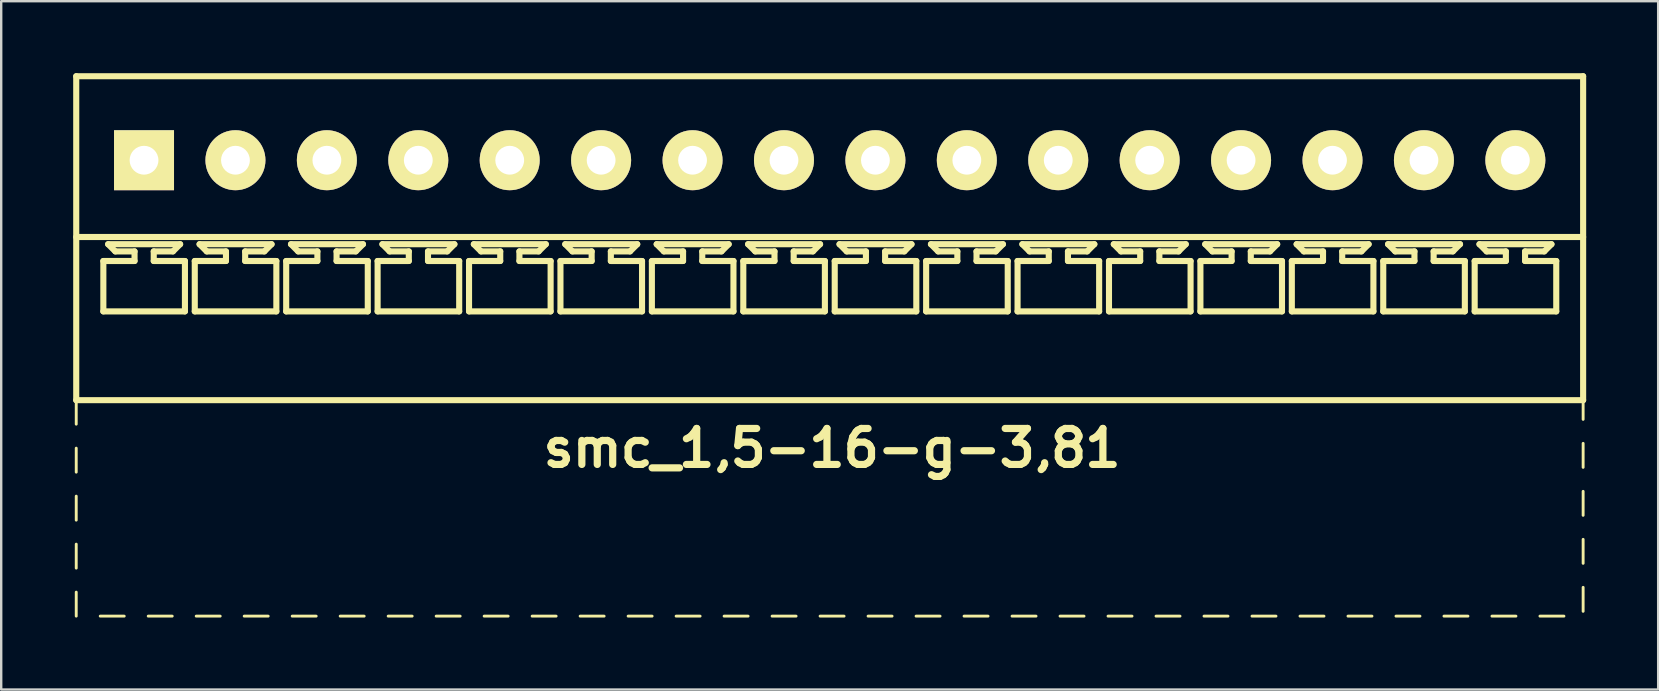
<source format=kicad_pcb>
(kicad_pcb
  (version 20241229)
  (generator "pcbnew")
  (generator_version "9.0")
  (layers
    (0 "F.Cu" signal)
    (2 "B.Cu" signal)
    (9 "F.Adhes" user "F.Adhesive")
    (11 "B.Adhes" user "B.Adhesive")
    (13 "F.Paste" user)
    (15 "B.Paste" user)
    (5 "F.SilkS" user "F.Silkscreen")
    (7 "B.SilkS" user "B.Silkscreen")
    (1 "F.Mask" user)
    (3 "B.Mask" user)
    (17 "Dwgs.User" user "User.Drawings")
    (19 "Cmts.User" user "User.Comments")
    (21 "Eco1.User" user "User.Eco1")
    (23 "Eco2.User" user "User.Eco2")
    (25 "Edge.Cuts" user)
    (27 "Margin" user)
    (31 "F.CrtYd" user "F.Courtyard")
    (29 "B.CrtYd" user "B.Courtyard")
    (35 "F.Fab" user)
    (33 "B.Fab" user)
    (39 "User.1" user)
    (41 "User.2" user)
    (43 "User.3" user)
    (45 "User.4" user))
  (footprint "smc_1,5-16-g-3,81"
    (layer "F.Cu")
    (at 31.527 3.627)
    (property "Reference" "smc_1,5-16-g-3,81" (at 0.1 12 0) (layer "F.SilkS") (effects (font (size 1.5 1.5) (thickness 0.3))))
    (attr through_hole)
    (fp_line (start -31.4 -3.5) (end -31.4 10) (stroke (width 0.254) (type solid)) (layer "F.SilkS"))
    (fp_line (start -31.4 -3.5) (end 31.4 -3.5) (stroke (width 0.254) (type solid)) (layer "F.SilkS"))
    (fp_line (start -31.4 3.2) (end 31.4 3.2) (stroke (width 0.254) (type solid)) (layer "F.SilkS"))
    (fp_line (start -31.4 10) (end -31.4 11) (stroke (width 0.12) (type solid)) (layer "F.SilkS"))
    (fp_line (start -31.4 10) (end 31.4 10) (stroke (width 0.254) (type solid)) (layer "F.SilkS"))
    (fp_line (start -31.4 12) (end -31.4 13) (stroke (width 0.12) (type solid)) (layer "F.SilkS"))
    (fp_line (start -31.4 14) (end -31.4 15) (stroke (width 0.12) (type solid)) (layer "F.SilkS"))
    (fp_line (start -31.4 16) (end -31.4 17) (stroke (width 0.12) (type solid)) (layer "F.SilkS"))
    (fp_line (start -31.4 18) (end -31.4 19) (stroke (width 0.12) (type solid)) (layer "F.SilkS"))
    (fp_line (start -30.4 19) (end -29.4 19) (stroke (width 0.12) (type solid)) (layer "F.SilkS"))
    (fp_line (start -30.27 4.2) (end -28.97 4.2) (stroke (width 0.254) (type solid)) (layer "F.SilkS"))
    (fp_line (start -30.27 6.3) (end -30.27 4.2) (stroke (width 0.254) (type solid)) (layer "F.SilkS"))
    (fp_line (start -30.07 3.5) (end -27.07 3.5) (stroke (width 0.254) (type solid)) (layer "F.SilkS"))
    (fp_line (start -29.77 3.8) (end -30.07 3.5) (stroke (width 0.254) (type solid)) (layer "F.SilkS"))
    (fp_line (start -28.97 3.8) (end -29.77 3.8) (stroke (width 0.254) (type solid)) (layer "F.SilkS"))
    (fp_line (start -28.97 4.2) (end -28.97 3.8) (stroke (width 0.254) (type solid)) (layer "F.SilkS"))
    (fp_line (start -28.4 19) (end -27.4 19) (stroke (width 0.12) (type solid)) (layer "F.SilkS"))
    (fp_line (start -28.17 3.8) (end -28.17 4.2) (stroke (width 0.254) (type solid)) (layer "F.SilkS"))
    (fp_line (start -28.17 4.2) (end -26.87 4.2) (stroke (width 0.254) (type solid)) (layer "F.SilkS"))
    (fp_line (start -27.37 3.8) (end -28.17 3.8) (stroke (width 0.254) (type solid)) (layer "F.SilkS"))
    (fp_line (start -27.37 3.8) (end -27.07 3.5) (stroke (width 0.254) (type solid)) (layer "F.SilkS"))
    (fp_line (start -26.87 4.2) (end -26.87 6.3) (stroke (width 0.254) (type solid)) (layer "F.SilkS"))
    (fp_line (start -26.87 6.3) (end -30.27 6.3) (stroke (width 0.254) (type solid)) (layer "F.SilkS"))
    (fp_line (start -26.46 4.2) (end -25.16 4.2) (stroke (width 0.254) (type solid)) (layer "F.SilkS"))
    (fp_line (start -26.46 6.3) (end -26.46 4.2) (stroke (width 0.254) (type solid)) (layer "F.SilkS"))
    (fp_line (start -26.4 19) (end -25.4 19) (stroke (width 0.12) (type solid)) (layer "F.SilkS"))
    (fp_line (start -26.26 3.5) (end -23.26 3.5) (stroke (width 0.254) (type solid)) (layer "F.SilkS"))
    (fp_line (start -25.96 3.8) (end -26.26 3.5) (stroke (width 0.254) (type solid)) (layer "F.SilkS"))
    (fp_line (start -25.16 3.8) (end -25.96 3.8) (stroke (width 0.254) (type solid)) (layer "F.SilkS"))
    (fp_line (start -25.16 4.2) (end -25.16 3.8) (stroke (width 0.254) (type solid)) (layer "F.SilkS"))
    (fp_line (start -24.4 19) (end -23.4 19) (stroke (width 0.12) (type solid)) (layer "F.SilkS"))
    (fp_line (start -24.36 3.8) (end -24.36 4.2) (stroke (width 0.254) (type solid)) (layer "F.SilkS"))
    (fp_line (start -24.36 4.2) (end -23.06 4.2) (stroke (width 0.254) (type solid)) (layer "F.SilkS"))
    (fp_line (start -23.56 3.8) (end -24.36 3.8) (stroke (width 0.254) (type solid)) (layer "F.SilkS"))
    (fp_line (start -23.56 3.8) (end -23.26 3.5) (stroke (width 0.254) (type solid)) (layer "F.SilkS"))
    (fp_line (start -23.06 4.2) (end -23.06 6.3) (stroke (width 0.254) (type solid)) (layer "F.SilkS"))
    (fp_line (start -23.06 6.3) (end -26.46 6.3) (stroke (width 0.254) (type solid)) (layer "F.SilkS"))
    (fp_line (start -22.65 4.2) (end -21.35 4.2) (stroke (width 0.254) (type solid)) (layer "F.SilkS"))
    (fp_line (start -22.65 6.3) (end -22.65 4.2) (stroke (width 0.254) (type solid)) (layer "F.SilkS"))
    (fp_line (start -22.45 3.5) (end -19.45 3.5) (stroke (width 0.254) (type solid)) (layer "F.SilkS"))
    (fp_line (start -22.4 19) (end -21.4 19) (stroke (width 0.12) (type solid)) (layer "F.SilkS"))
    (fp_line (start -22.15 3.8) (end -22.45 3.5) (stroke (width 0.254) (type solid)) (layer "F.SilkS"))
    (fp_line (start -21.35 3.8) (end -22.15 3.8) (stroke (width 0.254) (type solid)) (layer "F.SilkS"))
    (fp_line (start -21.35 4.2) (end -21.35 3.8) (stroke (width 0.254) (type solid)) (layer "F.SilkS"))
    (fp_line (start -20.55 3.8) (end -20.55 4.2) (stroke (width 0.254) (type solid)) (layer "F.SilkS"))
    (fp_line (start -20.55 4.2) (end -19.25 4.2) (stroke (width 0.254) (type solid)) (layer "F.SilkS"))
    (fp_line (start -20.4 19) (end -19.4 19) (stroke (width 0.12) (type solid)) (layer "F.SilkS"))
    (fp_line (start -19.75 3.8) (end -20.55 3.8) (stroke (width 0.254) (type solid)) (layer "F.SilkS"))
    (fp_line (start -19.75 3.8) (end -19.45 3.5) (stroke (width 0.254) (type solid)) (layer "F.SilkS"))
    (fp_line (start -19.25 4.2) (end -19.25 6.3) (stroke (width 0.254) (type solid)) (layer "F.SilkS"))
    (fp_line (start -19.25 6.3) (end -22.65 6.3) (stroke (width 0.254) (type solid)) (layer "F.SilkS"))
    (fp_line (start -18.84 4.2) (end -17.54 4.2) (stroke (width 0.254) (type solid)) (layer "F.SilkS"))
    (fp_line (start -18.84 6.3) (end -18.84 4.2) (stroke (width 0.254) (type solid)) (layer "F.SilkS"))
    (fp_line (start -18.64 3.5) (end -15.64 3.5) (stroke (width 0.254) (type solid)) (layer "F.SilkS"))
    (fp_line (start -18.4 19) (end -17.4 19) (stroke (width 0.12) (type solid)) (layer "F.SilkS"))
    (fp_line (start -18.34 3.8) (end -18.64 3.5) (stroke (width 0.254) (type solid)) (layer "F.SilkS"))
    (fp_line (start -17.54 3.8) (end -18.34 3.8) (stroke (width 0.254) (type solid)) (layer "F.SilkS"))
    (fp_line (start -17.54 4.2) (end -17.54 3.8) (stroke (width 0.254) (type solid)) (layer "F.SilkS"))
    (fp_line (start -16.74 3.8) (end -16.74 4.2) (stroke (width 0.254) (type solid)) (layer "F.SilkS"))
    (fp_line (start -16.74 4.2) (end -15.44 4.2) (stroke (width 0.254) (type solid)) (layer "F.SilkS"))
    (fp_line (start -16.4 19) (end -15.4 19) (stroke (width 0.12) (type solid)) (layer "F.SilkS"))
    (fp_line (start -15.94 3.8) (end -16.74 3.8) (stroke (width 0.254) (type solid)) (layer "F.SilkS"))
    (fp_line (start -15.94 3.8) (end -15.64 3.5) (stroke (width 0.254) (type solid)) (layer "F.SilkS"))
    (fp_line (start -15.44 4.2) (end -15.44 6.3) (stroke (width 0.254) (type solid)) (layer "F.SilkS"))
    (fp_line (start -15.44 6.3) (end -18.84 6.3) (stroke (width 0.254) (type solid)) (layer "F.SilkS"))
    (fp_line (start -15.03 4.2) (end -13.73 4.2) (stroke (width 0.254) (type solid)) (layer "F.SilkS"))
    (fp_line (start -15.03 6.3) (end -15.03 4.2) (stroke (width 0.254) (type solid)) (layer "F.SilkS"))
    (fp_line (start -14.83 3.5) (end -11.83 3.5) (stroke (width 0.254) (type solid)) (layer "F.SilkS"))
    (fp_line (start -14.53 3.8) (end -14.83 3.5) (stroke (width 0.254) (type solid)) (layer "F.SilkS"))
    (fp_line (start -14.4 19) (end -13.4 19) (stroke (width 0.12) (type solid)) (layer "F.SilkS"))
    (fp_line (start -13.73 3.8) (end -14.53 3.8) (stroke (width 0.254) (type solid)) (layer "F.SilkS"))
    (fp_line (start -13.73 4.2) (end -13.73 3.8) (stroke (width 0.254) (type solid)) (layer "F.SilkS"))
    (fp_line (start -12.93 3.8) (end -12.93 4.2) (stroke (width 0.254) (type solid)) (layer "F.SilkS"))
    (fp_line (start -12.93 4.2) (end -11.63 4.2) (stroke (width 0.254) (type solid)) (layer "F.SilkS"))
    (fp_line (start -12.4 19) (end -11.4 19) (stroke (width 0.12) (type solid)) (layer "F.SilkS"))
    (fp_line (start -12.13 3.8) (end -12.93 3.8) (stroke (width 0.254) (type solid)) (layer "F.SilkS"))
    (fp_line (start -12.13 3.8) (end -11.83 3.5) (stroke (width 0.254) (type solid)) (layer "F.SilkS"))
    (fp_line (start -11.63 4.2) (end -11.63 6.3) (stroke (width 0.254) (type solid)) (layer "F.SilkS"))
    (fp_line (start -11.63 6.3) (end -15.03 6.3) (stroke (width 0.254) (type solid)) (layer "F.SilkS"))
    (fp_line (start -11.22 4.2) (end -9.92 4.2) (stroke (width 0.254) (type solid)) (layer "F.SilkS"))
    (fp_line (start -11.22 6.3) (end -11.22 4.2) (stroke (width 0.254) (type solid)) (layer "F.SilkS"))
    (fp_line (start -11.02 3.5) (end -8.02 3.5) (stroke (width 0.254) (type solid)) (layer "F.SilkS"))
    (fp_line (start -10.72 3.8) (end -11.02 3.5) (stroke (width 0.254) (type solid)) (layer "F.SilkS"))
    (fp_line (start -10.4 19) (end -9.4 19) (stroke (width 0.12) (type solid)) (layer "F.SilkS"))
    (fp_line (start -9.92 3.8) (end -10.72 3.8) (stroke (width 0.254) (type solid)) (layer "F.SilkS"))
    (fp_line (start -9.92 4.2) (end -9.92 3.8) (stroke (width 0.254) (type solid)) (layer "F.SilkS"))
    (fp_line (start -9.12 3.8) (end -9.12 4.2) (stroke (width 0.254) (type solid)) (layer "F.SilkS"))
    (fp_line (start -9.12 4.2) (end -7.82 4.2) (stroke (width 0.254) (type solid)) (layer "F.SilkS"))
    (fp_line (start -8.4 19) (end -7.4 19) (stroke (width 0.12) (type solid)) (layer "F.SilkS"))
    (fp_line (start -8.32 3.8) (end -9.12 3.8) (stroke (width 0.254) (type solid)) (layer "F.SilkS"))
    (fp_line (start -8.32 3.8) (end -8.02 3.5) (stroke (width 0.254) (type solid)) (layer "F.SilkS"))
    (fp_line (start -7.82 4.2) (end -7.82 6.3) (stroke (width 0.254) (type solid)) (layer "F.SilkS"))
    (fp_line (start -7.82 6.3) (end -11.22 6.3) (stroke (width 0.254) (type solid)) (layer "F.SilkS"))
    (fp_line (start -7.41 4.2) (end -6.11 4.2) (stroke (width 0.254) (type solid)) (layer "F.SilkS"))
    (fp_line (start -7.41 6.3) (end -7.41 4.2) (stroke (width 0.254) (type solid)) (layer "F.SilkS"))
    (fp_line (start -7.21 3.5) (end -4.21 3.5) (stroke (width 0.254) (type solid)) (layer "F.SilkS"))
    (fp_line (start -6.91 3.8) (end -7.21 3.5) (stroke (width 0.254) (type solid)) (layer "F.SilkS"))
    (fp_line (start -6.4 19) (end -5.4 19) (stroke (width 0.12) (type solid)) (layer "F.SilkS"))
    (fp_line (start -6.11 3.8) (end -6.91 3.8) (stroke (width 0.254) (type solid)) (layer "F.SilkS"))
    (fp_line (start -6.11 4.2) (end -6.11 3.8) (stroke (width 0.254) (type solid)) (layer "F.SilkS"))
    (fp_line (start -5.31 3.8) (end -5.31 4.2) (stroke (width 0.254) (type solid)) (layer "F.SilkS"))
    (fp_line (start -5.31 4.2) (end -4.01 4.2) (stroke (width 0.254) (type solid)) (layer "F.SilkS"))
    (fp_line (start -4.51 3.8) (end -5.31 3.8) (stroke (width 0.254) (type solid)) (layer "F.SilkS"))
    (fp_line (start -4.51 3.8) (end -4.21 3.5) (stroke (width 0.254) (type solid)) (layer "F.SilkS"))
    (fp_line (start -4.4 19) (end -3.4 19) (stroke (width 0.12) (type solid)) (layer "F.SilkS"))
    (fp_line (start -4.01 4.2) (end -4.01 6.3) (stroke (width 0.254) (type solid)) (layer "F.SilkS"))
    (fp_line (start -4.01 6.3) (end -7.41 6.3) (stroke (width 0.254) (type solid)) (layer "F.SilkS"))
    (fp_line (start -3.6 4.2) (end -2.3 4.2) (stroke (width 0.254) (type solid)) (layer "F.SilkS"))
    (fp_line (start -3.6 6.3) (end -3.6 4.2) (stroke (width 0.254) (type solid)) (layer "F.SilkS"))
    (fp_line (start -3.4 3.5) (end -0.4 3.5) (stroke (width 0.254) (type solid)) (layer "F.SilkS"))
    (fp_line (start -3.1 3.8) (end -3.4 3.5) (stroke (width 0.254) (type solid)) (layer "F.SilkS"))
    (fp_line (start -2.4 19) (end -1.4 19) (stroke (width 0.12) (type solid)) (layer "F.SilkS"))
    (fp_line (start -2.3 3.8) (end -3.1 3.8) (stroke (width 0.254) (type solid)) (layer "F.SilkS"))
    (fp_line (start -2.3 4.2) (end -2.3 3.8) (stroke (width 0.254) (type solid)) (layer "F.SilkS"))
    (fp_line (start -1.5 3.8) (end -1.5 4.2) (stroke (width 0.254) (type solid)) (layer "F.SilkS"))
    (fp_line (start -1.5 4.2) (end -0.2 4.2) (stroke (width 0.254) (type solid)) (layer "F.SilkS"))
    (fp_line (start -0.7 3.8) (end -1.5 3.8) (stroke (width 0.254) (type solid)) (layer "F.SilkS"))
    (fp_line (start -0.7 3.8) (end -0.4 3.5) (stroke (width 0.254) (type solid)) (layer "F.SilkS"))
    (fp_line (start -0.4 19) (end 0.6 19) (stroke (width 0.12) (type solid)) (layer "F.SilkS"))
    (fp_line (start -0.2 4.2) (end -0.2 6.3) (stroke (width 0.254) (type solid)) (layer "F.SilkS"))
    (fp_line (start -0.2 6.3) (end -3.6 6.3) (stroke (width 0.254) (type solid)) (layer "F.SilkS"))
    (fp_line (start 0.21 4.2) (end 1.51 4.2) (stroke (width 0.254) (type solid)) (layer "F.SilkS"))
    (fp_line (start 0.21 6.3) (end 0.21 4.2) (stroke (width 0.254) (type solid)) (layer "F.SilkS"))
    (fp_line (start 0.41 3.5) (end 3.41 3.5) (stroke (width 0.254) (type solid)) (layer "F.SilkS"))
    (fp_line (start 0.71 3.8) (end 0.41 3.5) (stroke (width 0.254) (type solid)) (layer "F.SilkS"))
    (fp_line (start 1.51 3.8) (end 0.71 3.8) (stroke (width 0.254) (type solid)) (layer "F.SilkS"))
    (fp_line (start 1.51 4.2) (end 1.51 3.8) (stroke (width 0.254) (type solid)) (layer "F.SilkS"))
    (fp_line (start 1.6 19) (end 2.6 19) (stroke (width 0.12) (type solid)) (layer "F.SilkS"))
    (fp_line (start 2.31 3.8) (end 2.31 4.2) (stroke (width 0.254) (type solid)) (layer "F.SilkS"))
    (fp_line (start 2.31 4.2) (end 3.61 4.2) (stroke (width 0.254) (type solid)) (layer "F.SilkS"))
    (fp_line (start 3.11 3.8) (end 2.31 3.8) (stroke (width 0.254) (type solid)) (layer "F.SilkS"))
    (fp_line (start 3.11 3.8) (end 3.41 3.5) (stroke (width 0.254) (type solid)) (layer "F.SilkS"))
    (fp_line (start 3.6 19) (end 4.6 19) (stroke (width 0.12) (type solid)) (layer "F.SilkS"))
    (fp_line (start 3.61 4.2) (end 3.61 6.3) (stroke (width 0.254) (type solid)) (layer "F.SilkS"))
    (fp_line (start 3.61 6.3) (end 0.21 6.3) (stroke (width 0.254) (type solid)) (layer "F.SilkS"))
    (fp_line (start 4.02 4.2) (end 5.32 4.2) (stroke (width 0.254) (type solid)) (layer "F.SilkS"))
    (fp_line (start 4.02 6.3) (end 4.02 4.2) (stroke (width 0.254) (type solid)) (layer "F.SilkS"))
    (fp_line (start 4.22 3.5) (end 7.22 3.5) (stroke (width 0.254) (type solid)) (layer "F.SilkS"))
    (fp_line (start 4.52 3.8) (end 4.22 3.5) (stroke (width 0.254) (type solid)) (layer "F.SilkS"))
    (fp_line (start 5.32 3.8) (end 4.52 3.8) (stroke (width 0.254) (type solid)) (layer "F.SilkS"))
    (fp_line (start 5.32 4.2) (end 5.32 3.8) (stroke (width 0.254) (type solid)) (layer "F.SilkS"))
    (fp_line (start 5.6 19) (end 6.6 19) (stroke (width 0.12) (type solid)) (layer "F.SilkS"))
    (fp_line (start 6.12 3.8) (end 6.12 4.2) (stroke (width 0.254) (type solid)) (layer "F.SilkS"))
    (fp_line (start 6.12 4.2) (end 7.42 4.2) (stroke (width 0.254) (type solid)) (layer "F.SilkS"))
    (fp_line (start 6.92 3.8) (end 6.12 3.8) (stroke (width 0.254) (type solid)) (layer "F.SilkS"))
    (fp_line (start 6.92 3.8) (end 7.22 3.5) (stroke (width 0.254) (type solid)) (layer "F.SilkS"))
    (fp_line (start 7.42 4.2) (end 7.42 6.3) (stroke (width 0.254) (type solid)) (layer "F.SilkS"))
    (fp_line (start 7.42 6.3) (end 4.02 6.3) (stroke (width 0.254) (type solid)) (layer "F.SilkS"))
    (fp_line (start 7.6 19) (end 8.6 19) (stroke (width 0.12) (type solid)) (layer "F.SilkS"))
    (fp_line (start 7.83 4.2) (end 9.13 4.2) (stroke (width 0.254) (type solid)) (layer "F.SilkS"))
    (fp_line (start 7.83 6.3) (end 7.83 4.2) (stroke (width 0.254) (type solid)) (layer "F.SilkS"))
    (fp_line (start 8.03 3.5) (end 11.03 3.5) (stroke (width 0.254) (type solid)) (layer "F.SilkS"))
    (fp_line (start 8.33 3.8) (end 8.03 3.5) (stroke (width 0.254) (type solid)) (layer "F.SilkS"))
    (fp_line (start 9.13 3.8) (end 8.33 3.8) (stroke (width 0.254) (type solid)) (layer "F.SilkS"))
    (fp_line (start 9.13 4.2) (end 9.13 3.8) (stroke (width 0.254) (type solid)) (layer "F.SilkS"))
    (fp_line (start 9.6 19) (end 10.6 19) (stroke (width 0.12) (type solid)) (layer "F.SilkS"))
    (fp_line (start 9.93 3.8) (end 9.93 4.2) (stroke (width 0.254) (type solid)) (layer "F.SilkS"))
    (fp_line (start 9.93 4.2) (end 11.23 4.2) (stroke (width 0.254) (type solid)) (layer "F.SilkS"))
    (fp_line (start 10.73 3.8) (end 9.93 3.8) (stroke (width 0.254) (type solid)) (layer "F.SilkS"))
    (fp_line (start 10.73 3.8) (end 11.03 3.5) (stroke (width 0.254) (type solid)) (layer "F.SilkS"))
    (fp_line (start 11.23 4.2) (end 11.23 6.3) (stroke (width 0.254) (type solid)) (layer "F.SilkS"))
    (fp_line (start 11.23 6.3) (end 7.83 6.3) (stroke (width 0.254) (type solid)) (layer "F.SilkS"))
    (fp_line (start 11.6 19) (end 12.6 19) (stroke (width 0.12) (type solid)) (layer "F.SilkS"))
    (fp_line (start 11.64 4.2) (end 12.94 4.2) (stroke (width 0.254) (type solid)) (layer "F.SilkS"))
    (fp_line (start 11.64 6.3) (end 11.64 4.2) (stroke (width 0.254) (type solid)) (layer "F.SilkS"))
    (fp_line (start 11.84 3.5) (end 14.84 3.5) (stroke (width 0.254) (type solid)) (layer "F.SilkS"))
    (fp_line (start 12.14 3.8) (end 11.84 3.5) (stroke (width 0.254) (type solid)) (layer "F.SilkS"))
    (fp_line (start 12.94 3.8) (end 12.14 3.8) (stroke (width 0.254) (type solid)) (layer "F.SilkS"))
    (fp_line (start 12.94 4.2) (end 12.94 3.8) (stroke (width 0.254) (type solid)) (layer "F.SilkS"))
    (fp_line (start 13.6 19) (end 14.6 19) (stroke (width 0.12) (type solid)) (layer "F.SilkS"))
    (fp_line (start 13.74 3.8) (end 13.74 4.2) (stroke (width 0.254) (type solid)) (layer "F.SilkS"))
    (fp_line (start 13.74 4.2) (end 15.04 4.2) (stroke (width 0.254) (type solid)) (layer "F.SilkS"))
    (fp_line (start 14.54 3.8) (end 13.74 3.8) (stroke (width 0.254) (type solid)) (layer "F.SilkS"))
    (fp_line (start 14.54 3.8) (end 14.84 3.5) (stroke (width 0.254) (type solid)) (layer "F.SilkS"))
    (fp_line (start 15.04 4.2) (end 15.04 6.3) (stroke (width 0.254) (type solid)) (layer "F.SilkS"))
    (fp_line (start 15.04 6.3) (end 11.64 6.3) (stroke (width 0.254) (type solid)) (layer "F.SilkS"))
    (fp_line (start 15.45 4.2) (end 16.75 4.2) (stroke (width 0.254) (type solid)) (layer "F.SilkS"))
    (fp_line (start 15.45 6.3) (end 15.45 4.2) (stroke (width 0.254) (type solid)) (layer "F.SilkS"))
    (fp_line (start 15.6 19) (end 16.6 19) (stroke (width 0.12) (type solid)) (layer "F.SilkS"))
    (fp_line (start 15.65 3.5) (end 18.65 3.5) (stroke (width 0.254) (type solid)) (layer "F.SilkS"))
    (fp_line (start 15.95 3.8) (end 15.65 3.5) (stroke (width 0.254) (type solid)) (layer "F.SilkS"))
    (fp_line (start 16.75 3.8) (end 15.95 3.8) (stroke (width 0.254) (type solid)) (layer "F.SilkS"))
    (fp_line (start 16.75 4.2) (end 16.75 3.8) (stroke (width 0.254) (type solid)) (layer "F.SilkS"))
    (fp_line (start 17.55 3.8) (end 17.55 4.2) (stroke (width 0.254) (type solid)) (layer "F.SilkS"))
    (fp_line (start 17.55 4.2) (end 18.85 4.2) (stroke (width 0.254) (type solid)) (layer "F.SilkS"))
    (fp_line (start 17.6 19) (end 18.6 19) (stroke (width 0.12) (type solid)) (layer "F.SilkS"))
    (fp_line (start 18.35 3.8) (end 17.55 3.8) (stroke (width 0.254) (type solid)) (layer "F.SilkS"))
    (fp_line (start 18.35 3.8) (end 18.65 3.5) (stroke (width 0.254) (type solid)) (layer "F.SilkS"))
    (fp_line (start 18.85 4.2) (end 18.85 6.3) (stroke (width 0.254) (type solid)) (layer "F.SilkS"))
    (fp_line (start 18.85 6.3) (end 15.45 6.3) (stroke (width 0.254) (type solid)) (layer "F.SilkS"))
    (fp_line (start 19.26 4.2) (end 20.56 4.2) (stroke (width 0.254) (type solid)) (layer "F.SilkS"))
    (fp_line (start 19.26 6.3) (end 19.26 4.2) (stroke (width 0.254) (type solid)) (layer "F.SilkS"))
    (fp_line (start 19.46 3.5) (end 22.46 3.5) (stroke (width 0.254) (type solid)) (layer "F.SilkS"))
    (fp_line (start 19.6 19) (end 20.6 19) (stroke (width 0.12) (type solid)) (layer "F.SilkS"))
    (fp_line (start 19.76 3.8) (end 19.46 3.5) (stroke (width 0.254) (type solid)) (layer "F.SilkS"))
    (fp_line (start 20.56 3.8) (end 19.76 3.8) (stroke (width 0.254) (type solid)) (layer "F.SilkS"))
    (fp_line (start 20.56 4.2) (end 20.56 3.8) (stroke (width 0.254) (type solid)) (layer "F.SilkS"))
    (fp_line (start 21.36 3.8) (end 21.36 4.2) (stroke (width 0.254) (type solid)) (layer "F.SilkS"))
    (fp_line (start 21.36 4.2) (end 22.66 4.2) (stroke (width 0.254) (type solid)) (layer "F.SilkS"))
    (fp_line (start 21.6 19) (end 22.6 19) (stroke (width 0.12) (type solid)) (layer "F.SilkS"))
    (fp_line (start 22.16 3.8) (end 21.36 3.8) (stroke (width 0.254) (type solid)) (layer "F.SilkS"))
    (fp_line (start 22.16 3.8) (end 22.46 3.5) (stroke (width 0.254) (type solid)) (layer "F.SilkS"))
    (fp_line (start 22.66 4.2) (end 22.66 6.3) (stroke (width 0.254) (type solid)) (layer "F.SilkS"))
    (fp_line (start 22.66 6.3) (end 19.26 6.3) (stroke (width 0.254) (type solid)) (layer "F.SilkS"))
    (fp_line (start 23.07 4.2) (end 24.37 4.2) (stroke (width 0.254) (type solid)) (layer "F.SilkS"))
    (fp_line (start 23.07 6.3) (end 23.07 4.2) (stroke (width 0.254) (type solid)) (layer "F.SilkS"))
    (fp_line (start 23.27 3.5) (end 26.27 3.5) (stroke (width 0.254) (type solid)) (layer "F.SilkS"))
    (fp_line (start 23.57 3.8) (end 23.27 3.5) (stroke (width 0.254) (type solid)) (layer "F.SilkS"))
    (fp_line (start 23.6 19) (end 24.6 19) (stroke (width 0.12) (type solid)) (layer "F.SilkS"))
    (fp_line (start 24.37 3.8) (end 23.57 3.8) (stroke (width 0.254) (type solid)) (layer "F.SilkS"))
    (fp_line (start 24.37 4.2) (end 24.37 3.8) (stroke (width 0.254) (type solid)) (layer "F.SilkS"))
    (fp_line (start 25.17 3.8) (end 25.17 4.2) (stroke (width 0.254) (type solid)) (layer "F.SilkS"))
    (fp_line (start 25.17 4.2) (end 26.47 4.2) (stroke (width 0.254) (type solid)) (layer "F.SilkS"))
    (fp_line (start 25.6 19) (end 26.6 19) (stroke (width 0.12) (type solid)) (layer "F.SilkS"))
    (fp_line (start 25.97 3.8) (end 25.17 3.8) (stroke (width 0.254) (type solid)) (layer "F.SilkS"))
    (fp_line (start 25.97 3.8) (end 26.27 3.5) (stroke (width 0.254) (type solid)) (layer "F.SilkS"))
    (fp_line (start 26.47 4.2) (end 26.47 6.3) (stroke (width 0.254) (type solid)) (layer "F.SilkS"))
    (fp_line (start 26.47 6.3) (end 23.07 6.3) (stroke (width 0.254) (type solid)) (layer "F.SilkS"))
    (fp_line (start 26.88 4.2) (end 28.18 4.2) (stroke (width 0.254) (type solid)) (layer "F.SilkS"))
    (fp_line (start 26.88 6.3) (end 26.88 4.2) (stroke (width 0.254) (type solid)) (layer "F.SilkS"))
    (fp_line (start 27.08 3.5) (end 30.08 3.5) (stroke (width 0.254) (type solid)) (layer "F.SilkS"))
    (fp_line (start 27.38 3.8) (end 27.08 3.5) (stroke (width 0.254) (type solid)) (layer "F.SilkS"))
    (fp_line (start 27.6 19) (end 28.6 19) (stroke (width 0.12) (type solid)) (layer "F.SilkS"))
    (fp_line (start 28.18 3.8) (end 27.38 3.8) (stroke (width 0.254) (type solid)) (layer "F.SilkS"))
    (fp_line (start 28.18 4.2) (end 28.18 3.8) (stroke (width 0.254) (type solid)) (layer "F.SilkS"))
    (fp_line (start 28.98 3.8) (end 28.98 4.2) (stroke (width 0.254) (type solid)) (layer "F.SilkS"))
    (fp_line (start 28.98 4.2) (end 30.28 4.2) (stroke (width 0.254) (type solid)) (layer "F.SilkS"))
    (fp_line (start 29.6 19) (end 30.6 19) (stroke (width 0.12) (type solid)) (layer "F.SilkS"))
    (fp_line (start 29.78 3.8) (end 28.98 3.8) (stroke (width 0.254) (type solid)) (layer "F.SilkS"))
    (fp_line (start 29.78 3.8) (end 30.08 3.5) (stroke (width 0.254) (type solid)) (layer "F.SilkS"))
    (fp_line (start 30.28 4.2) (end 30.28 6.3) (stroke (width 0.254) (type solid)) (layer "F.SilkS"))
    (fp_line (start 30.28 6.3) (end 26.88 6.3) (stroke (width 0.254) (type solid)) (layer "F.SilkS"))
    (fp_line (start 31.4 -3.5) (end 31.4 10) (stroke (width 0.254) (type solid)) (layer "F.SilkS"))
    (fp_line (start 31.4 10.8) (end 31.4 10) (stroke (width 0.12) (type solid)) (layer "F.SilkS"))
    (fp_line (start 31.4 12.8) (end 31.4 11.8) (stroke (width 0.12) (type solid)) (layer "F.SilkS"))
    (fp_line (start 31.4 13.8) (end 31.4 14.8) (stroke (width 0.12) (type solid)) (layer "F.SilkS"))
    (fp_line (start 31.4 15.8) (end 31.4 16.8) (stroke (width 0.12) (type solid)) (layer "F.SilkS"))
    (fp_line (start 31.4 17.8) (end 31.4 18.8) (stroke (width 0.12) (type solid)) (layer "F.SilkS"))
    (pad "1" thru_hole rect (at -28.575 0) (size 2.5 2.5) (drill 1.2) (layers "*.Cu" "*.Mask" "F.SilkS"))
    (pad "2" thru_hole circle (at -24.765 0) (size 2.5 2.5) (drill 1.2) (layers "*.Cu" "*.Mask" "F.SilkS"))
    (pad "3" thru_hole circle (at -20.955 0) (size 2.5 2.5) (drill 1.2) (layers "*.Cu" "*.Mask" "F.SilkS"))
    (pad "4" thru_hole circle (at -17.145 0) (size 2.5 2.5) (drill 1.2) (layers "*.Cu" "*.Mask" "F.SilkS"))
    (pad "5" thru_hole circle (at -13.335 0) (size 2.5 2.5) (drill 1.2) (layers "*.Cu" "*.Mask" "F.SilkS"))
    (pad "6" thru_hole circle (at -9.525 0) (size 2.5 2.5) (drill 1.2) (layers "*.Cu" "*.Mask" "F.SilkS"))
    (pad "7" thru_hole circle (at -5.715 0) (size 2.5 2.5) (drill 1.2) (layers "*.Cu" "*.Mask" "F.SilkS"))
    (pad "8" thru_hole circle (at -1.905 0) (size 2.5 2.5) (drill 1.2) (layers "*.Cu" "*.Mask" "F.SilkS"))
    (pad "9" thru_hole circle (at 1.905 0) (size 2.5 2.5) (drill 1.2) (layers "*.Cu" "*.Mask" "F.SilkS"))
    (pad "10" thru_hole circle (at 5.715 0) (size 2.5 2.5) (drill 1.2) (layers "*.Cu" "*.Mask" "F.SilkS"))
    (pad "11" thru_hole circle (at 9.525 0) (size 2.5 2.5) (drill 1.2) (layers "*.Cu" "*.Mask" "F.SilkS"))
    (pad "12" thru_hole circle (at 13.335 0) (size 2.5 2.5) (drill 1.2) (layers "*.Cu" "*.Mask" "F.SilkS"))
    (pad "13" thru_hole circle (at 17.145 0) (size 2.5 2.5) (drill 1.2) (layers "*.Cu" "*.Mask" "F.SilkS"))
    (pad "14" thru_hole circle (at 20.955 0) (size 2.5 2.5) (drill 1.2) (layers "*.Cu" "*.Mask" "F.SilkS"))
    (pad "15" thru_hole circle (at 24.765 0) (size 2.5 2.5) (drill 1.2) (layers "*.Cu" "*.Mask" "F.SilkS"))
    (pad "16" thru_hole circle (at 28.575 0) (size 2.5 2.5) (drill 1.2) (layers "*.Cu" "*.Mask" "F.SilkS")))
  (gr_rect
    (start -3 -3)
    (end 66.054 25.687)
    (stroke (width 0.1) (type default))
    (fill no)
    (layer "Edge.Cuts")))
</source>
